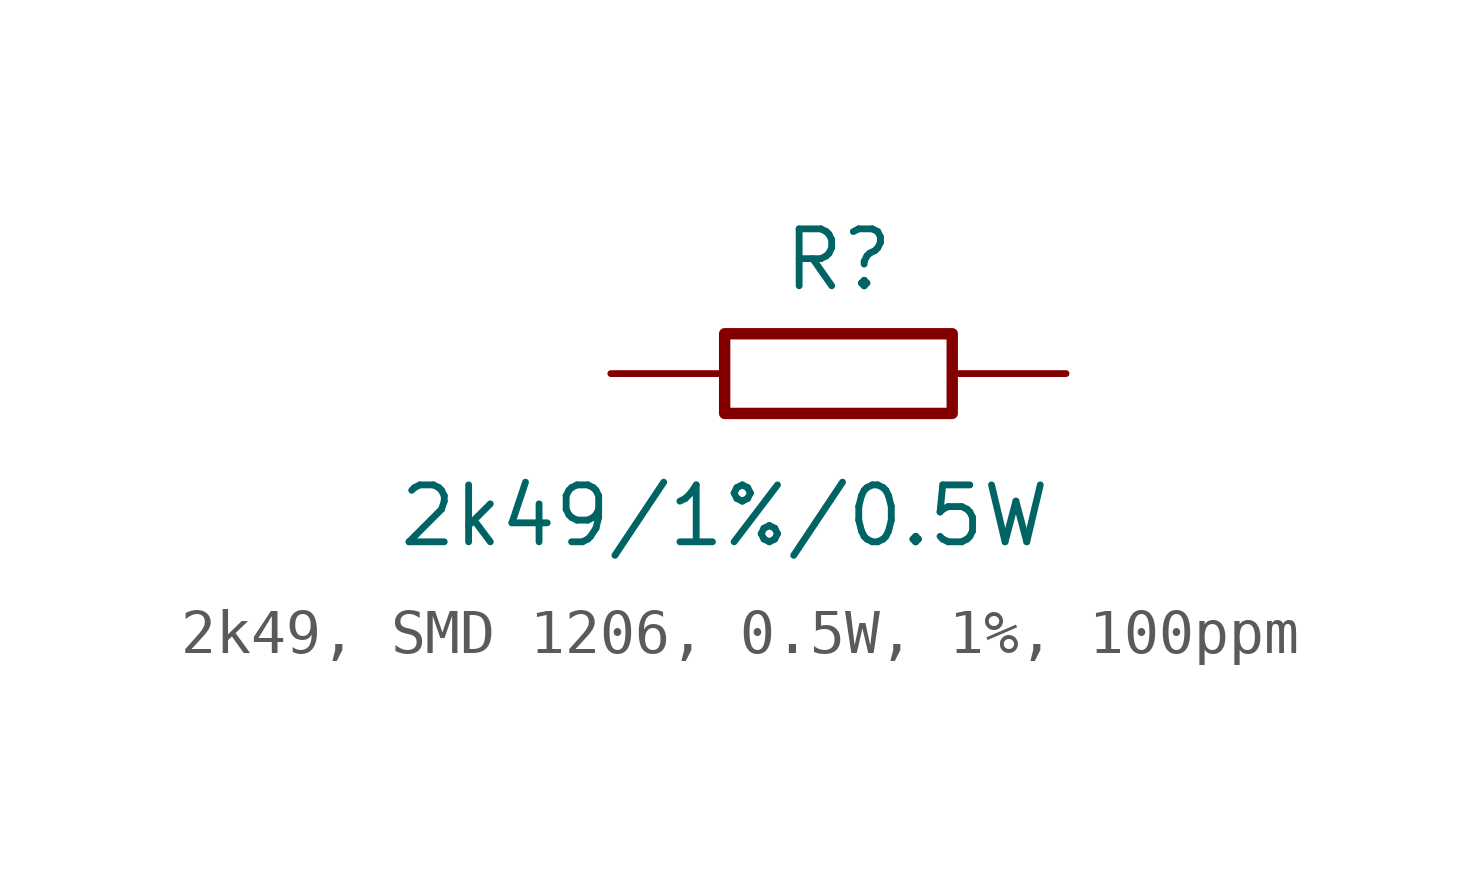
<source format=kicad_sym>
(kicad_symbol_lib
  (version 20241209)
  (generator "kicad_symbol_editor")
  (generator_version "9.0")
  (symbol "2k49, SMD 1206, 0.5W, 1%, 100ppm"
    (pin_numbers
      (hide yes))
    (pin_names
      (offset 0)
      (hide yes))
    (property "Reference" "R"
      (at 0 2.54 0)
      (effects (font (size 1.27 1.27))))
    (property "Value" "2k49/1%/0.5W"
      (at -2.54 -3.175 0)
      (effects (font (size 1.27 1.27))))
    (symbol "2k49, SMD 1206, 0.5W, 1%, 100ppm_0_1"
      (rectangle (start -2.54 0.889) (end 2.54 -0.889) (stroke (width 0.254) (type default)) (fill (type none))))
    (symbol "2k49, SMD 1206, 0.5W, 1%, 100ppm_1_1"
      (pin passive line (at -5.08 0 0) (length 2.54) (name "1" (effects (font (size 1.27 1.27)))) (number "1" (effects (font (size 1.27 1.27)))))
      (pin passive line (at 5.08 0 180) (length 2.54) (name "2" (effects (font (size 1.27 1.27)))) (number "2" (effects (font (size 1.27 1.27))))))))
</source>
